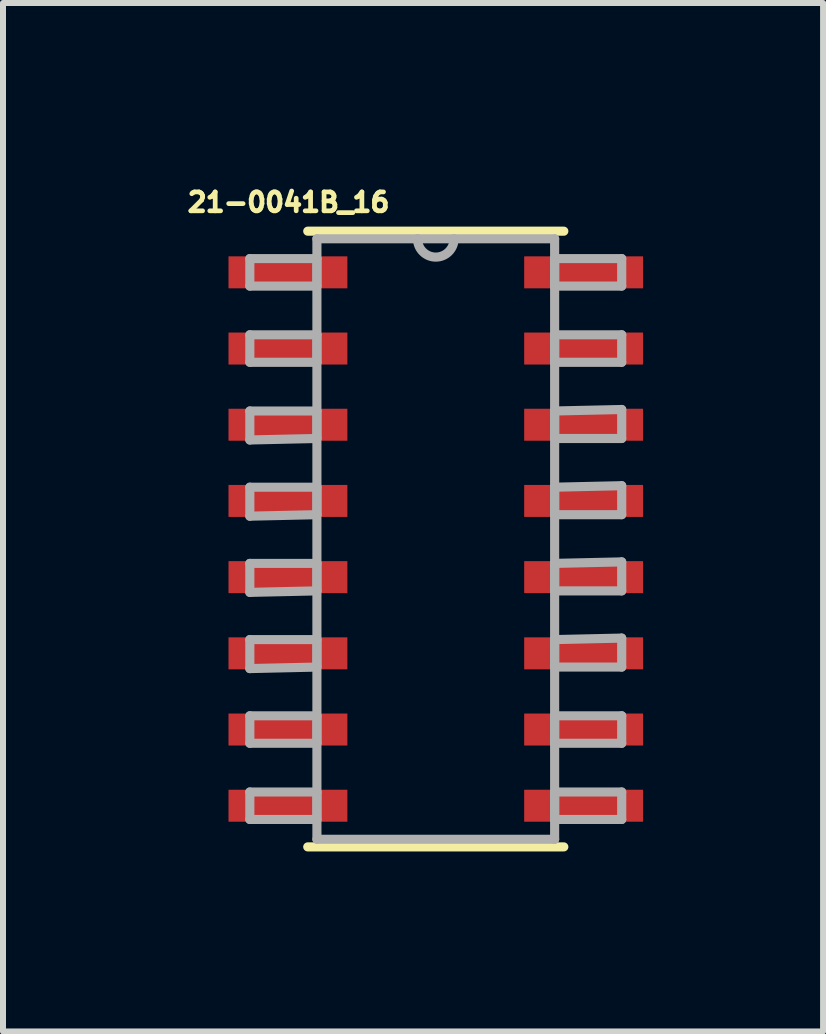
<source format=kicad_pcb>
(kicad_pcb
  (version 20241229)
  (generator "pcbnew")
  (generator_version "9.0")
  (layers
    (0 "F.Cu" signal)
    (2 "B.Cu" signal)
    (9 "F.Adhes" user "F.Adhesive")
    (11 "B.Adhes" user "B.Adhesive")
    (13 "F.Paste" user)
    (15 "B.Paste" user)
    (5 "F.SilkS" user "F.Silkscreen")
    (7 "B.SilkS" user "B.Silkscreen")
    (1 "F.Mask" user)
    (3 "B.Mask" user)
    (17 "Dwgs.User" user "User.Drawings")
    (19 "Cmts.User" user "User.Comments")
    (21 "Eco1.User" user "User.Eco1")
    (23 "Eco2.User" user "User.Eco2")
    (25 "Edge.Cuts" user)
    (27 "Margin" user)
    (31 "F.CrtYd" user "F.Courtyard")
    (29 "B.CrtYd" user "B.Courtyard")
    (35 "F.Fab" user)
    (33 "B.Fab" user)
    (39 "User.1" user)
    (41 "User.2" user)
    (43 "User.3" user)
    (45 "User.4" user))
  (footprint "21-0041B_16"
    (layer "F.Cu")
    (at 4.213 5.934)
    (property "Reference" "21-0041B_16" (at -2.454 -5.612 0) (layer "F.SilkS") (effects (font (size 0.315 0.315) (thickness 0.15))))
    (attr through_hole)
    (fp_line (start -2.134 5.131) (end 2.134 5.131) (stroke (width 0.152) (type solid)) (layer "F.SilkS"))
    (fp_line (start 2.134 -5.131) (end -2.134 -5.131) (stroke (width 0.152) (type solid)) (layer "F.SilkS"))
    (fp_line (start -3.099 -4.674) (end -3.099 -4.216) (stroke (width 0.152) (type solid)) (layer "F.Fab"))
    (fp_line (start -3.099 -4.216) (end -1.981 -4.216) (stroke (width 0.152) (type solid)) (layer "F.Fab"))
    (fp_line (start -3.099 -3.404) (end -3.099 -2.946) (stroke (width 0.152) (type solid)) (layer "F.Fab"))
    (fp_line (start -3.099 -2.946) (end -1.981 -2.946) (stroke (width 0.152) (type solid)) (layer "F.Fab"))
    (fp_line (start -3.099 -2.134) (end -3.099 -1.651) (stroke (width 0.152) (type solid)) (layer "F.Fab"))
    (fp_line (start -3.099 -1.651) (end -1.981 -1.676) (stroke (width 0.152) (type solid)) (layer "F.Fab"))
    (fp_line (start -3.099 -0.864) (end -3.099 -0.381) (stroke (width 0.152) (type solid)) (layer "F.Fab"))
    (fp_line (start -3.099 -0.381) (end -1.981 -0.406) (stroke (width 0.152) (type solid)) (layer "F.Fab"))
    (fp_line (start -3.099 0.406) (end -3.099 0.889) (stroke (width 0.152) (type solid)) (layer "F.Fab"))
    (fp_line (start -3.099 0.889) (end -1.981 0.864) (stroke (width 0.152) (type solid)) (layer "F.Fab"))
    (fp_line (start -3.099 1.676) (end -3.099 2.159) (stroke (width 0.152) (type solid)) (layer "F.Fab"))
    (fp_line (start -3.099 2.159) (end -1.981 2.134) (stroke (width 0.152) (type solid)) (layer "F.Fab"))
    (fp_line (start -3.099 2.946) (end -3.099 3.404) (stroke (width 0.152) (type solid)) (layer "F.Fab"))
    (fp_line (start -3.099 3.404) (end -1.981 3.404) (stroke (width 0.152) (type solid)) (layer "F.Fab"))
    (fp_line (start -3.099 4.216) (end -3.099 4.674) (stroke (width 0.152) (type solid)) (layer "F.Fab"))
    (fp_line (start -3.099 4.674) (end -1.981 4.674) (stroke (width 0.152) (type solid)) (layer "F.Fab"))
    (fp_line (start -1.981 -5.004) (end -1.981 5.004) (stroke (width 0.152) (type solid)) (layer "F.Fab"))
    (fp_line (start -1.981 -4.674) (end -3.099 -4.674) (stroke (width 0.152) (type solid)) (layer "F.Fab"))
    (fp_line (start -1.981 -4.216) (end -1.981 -4.674) (stroke (width 0.152) (type solid)) (layer "F.Fab"))
    (fp_line (start -1.981 -3.404) (end -3.099 -3.404) (stroke (width 0.152) (type solid)) (layer "F.Fab"))
    (fp_line (start -1.981 -2.946) (end -1.981 -3.404) (stroke (width 0.152) (type solid)) (layer "F.Fab"))
    (fp_line (start -1.981 -2.134) (end -3.099 -2.134) (stroke (width 0.152) (type solid)) (layer "F.Fab"))
    (fp_line (start -1.981 -1.676) (end -1.981 -2.134) (stroke (width 0.152) (type solid)) (layer "F.Fab"))
    (fp_line (start -1.981 -0.864) (end -3.099 -0.864) (stroke (width 0.152) (type solid)) (layer "F.Fab"))
    (fp_line (start -1.981 -0.406) (end -1.981 -0.864) (stroke (width 0.152) (type solid)) (layer "F.Fab"))
    (fp_line (start -1.981 0.406) (end -3.099 0.406) (stroke (width 0.152) (type solid)) (layer "F.Fab"))
    (fp_line (start -1.981 0.864) (end -1.981 0.406) (stroke (width 0.152) (type solid)) (layer "F.Fab"))
    (fp_line (start -1.981 1.676) (end -3.099 1.676) (stroke (width 0.152) (type solid)) (layer "F.Fab"))
    (fp_line (start -1.981 2.134) (end -1.981 1.676) (stroke (width 0.152) (type solid)) (layer "F.Fab"))
    (fp_line (start -1.981 2.946) (end -3.099 2.946) (stroke (width 0.152) (type solid)) (layer "F.Fab"))
    (fp_line (start -1.981 3.404) (end -1.981 2.946) (stroke (width 0.152) (type solid)) (layer "F.Fab"))
    (fp_line (start -1.981 4.216) (end -3.099 4.216) (stroke (width 0.152) (type solid)) (layer "F.Fab"))
    (fp_line (start -1.981 4.674) (end -1.981 4.216) (stroke (width 0.152) (type solid)) (layer "F.Fab"))
    (fp_line (start -1.981 5.004) (end 1.981 5.004) (stroke (width 0.152) (type solid)) (layer "F.Fab"))
    (fp_line (start -0.305 -5.004) (end -1.981 -5.004) (stroke (width 0.152) (type solid)) (layer "F.Fab"))
    (fp_line (start 0.305 -5.004) (end -0.305 -5.004) (stroke (width 0.152) (type solid)) (layer "F.Fab"))
    (fp_line (start 1.981 -5.004) (end 0.305 -5.004) (stroke (width 0.152) (type solid)) (layer "F.Fab"))
    (fp_line (start 1.981 -4.674) (end 1.981 -4.216) (stroke (width 0.152) (type solid)) (layer "F.Fab"))
    (fp_line (start 1.981 -4.216) (end 3.099 -4.216) (stroke (width 0.152) (type solid)) (layer "F.Fab"))
    (fp_line (start 1.981 -3.404) (end 1.981 -2.946) (stroke (width 0.152) (type solid)) (layer "F.Fab"))
    (fp_line (start 1.981 -2.946) (end 3.099 -2.946) (stroke (width 0.152) (type solid)) (layer "F.Fab"))
    (fp_line (start 1.981 -2.134) (end 1.981 -1.676) (stroke (width 0.152) (type solid)) (layer "F.Fab"))
    (fp_line (start 1.981 -1.676) (end 3.099 -1.676) (stroke (width 0.152) (type solid)) (layer "F.Fab"))
    (fp_line (start 1.981 -0.864) (end 1.981 -0.406) (stroke (width 0.152) (type solid)) (layer "F.Fab"))
    (fp_line (start 1.981 -0.406) (end 3.099 -0.406) (stroke (width 0.152) (type solid)) (layer "F.Fab"))
    (fp_line (start 1.981 0.406) (end 1.981 0.864) (stroke (width 0.152) (type solid)) (layer "F.Fab"))
    (fp_line (start 1.981 0.864) (end 3.099 0.864) (stroke (width 0.152) (type solid)) (layer "F.Fab"))
    (fp_line (start 1.981 1.676) (end 1.981 2.134) (stroke (width 0.152) (type solid)) (layer "F.Fab"))
    (fp_line (start 1.981 2.134) (end 3.099 2.134) (stroke (width 0.152) (type solid)) (layer "F.Fab"))
    (fp_line (start 1.981 2.946) (end 1.981 3.404) (stroke (width 0.152) (type solid)) (layer "F.Fab"))
    (fp_line (start 1.981 3.404) (end 3.099 3.404) (stroke (width 0.152) (type solid)) (layer "F.Fab"))
    (fp_line (start 1.981 4.216) (end 1.981 4.674) (stroke (width 0.152) (type solid)) (layer "F.Fab"))
    (fp_line (start 1.981 4.674) (end 3.099 4.674) (stroke (width 0.152) (type solid)) (layer "F.Fab"))
    (fp_line (start 1.981 5.004) (end 1.981 -5.004) (stroke (width 0.152) (type solid)) (layer "F.Fab"))
    (fp_line (start 3.099 -4.674) (end 1.981 -4.674) (stroke (width 0.152) (type solid)) (layer "F.Fab"))
    (fp_line (start 3.099 -4.216) (end 3.099 -4.674) (stroke (width 0.152) (type solid)) (layer "F.Fab"))
    (fp_line (start 3.099 -3.404) (end 1.981 -3.404) (stroke (width 0.152) (type solid)) (layer "F.Fab"))
    (fp_line (start 3.099 -2.946) (end 3.099 -3.404) (stroke (width 0.152) (type solid)) (layer "F.Fab"))
    (fp_line (start 3.099 -2.159) (end 1.981 -2.134) (stroke (width 0.152) (type solid)) (layer "F.Fab"))
    (fp_line (start 3.099 -1.676) (end 3.099 -2.159) (stroke (width 0.152) (type solid)) (layer "F.Fab"))
    (fp_line (start 3.099 -0.889) (end 1.981 -0.864) (stroke (width 0.152) (type solid)) (layer "F.Fab"))
    (fp_line (start 3.099 -0.406) (end 3.099 -0.889) (stroke (width 0.152) (type solid)) (layer "F.Fab"))
    (fp_line (start 3.099 0.381) (end 1.981 0.406) (stroke (width 0.152) (type solid)) (layer "F.Fab"))
    (fp_line (start 3.099 0.864) (end 3.099 0.381) (stroke (width 0.152) (type solid)) (layer "F.Fab"))
    (fp_line (start 3.099 1.651) (end 1.981 1.676) (stroke (width 0.152) (type solid)) (layer "F.Fab"))
    (fp_line (start 3.099 2.134) (end 3.099 1.651) (stroke (width 0.152) (type solid)) (layer "F.Fab"))
    (fp_line (start 3.099 2.946) (end 1.981 2.946) (stroke (width 0.152) (type solid)) (layer "F.Fab"))
    (fp_line (start 3.099 3.404) (end 3.099 2.946) (stroke (width 0.152) (type solid)) (layer "F.Fab"))
    (fp_line (start 3.099 4.216) (end 1.981 4.216) (stroke (width 0.152) (type solid)) (layer "F.Fab"))
    (fp_line (start 3.099 4.674) (end 3.099 4.216) (stroke (width 0.152) (type solid)) (layer "F.Fab"))
    (fp_arc (start 0.3048 -5.0038) (mid 0 -4.699) (end -0.3048 -5.0038) (stroke (width 0.1524) (type solid)) (layer "F.Fab"))
    (pad "1" smd rect (at -2.464 -4.445) (size 1.981 0.533) (layers "F.Cu" "F.Mask" "F.Paste"))
    (pad "2" smd rect (at -2.464 -3.175) (size 1.981 0.533) (layers "F.Cu" "F.Mask" "F.Paste"))
    (pad "3" smd rect (at -2.464 -1.905) (size 1.981 0.533) (layers "F.Cu" "F.Mask" "F.Paste"))
    (pad "4" smd rect (at -2.464 -0.635) (size 1.981 0.533) (layers "F.Cu" "F.Mask" "F.Paste"))
    (pad "5" smd rect (at -2.464 0.635) (size 1.981 0.533) (layers "F.Cu" "F.Mask" "F.Paste"))
    (pad "6" smd rect (at -2.464 1.905) (size 1.981 0.533) (layers "F.Cu" "F.Mask" "F.Paste"))
    (pad "7" smd rect (at -2.464 3.175) (size 1.981 0.533) (layers "F.Cu" "F.Mask" "F.Paste"))
    (pad "8" smd rect (at -2.464 4.445) (size 1.981 0.533) (layers "F.Cu" "F.Mask" "F.Paste"))
    (pad "9" smd rect (at 2.464 4.445) (size 1.981 0.533) (layers "F.Cu" "F.Mask" "F.Paste"))
    (pad "10" smd rect (at 2.464 3.175) (size 1.981 0.533) (layers "F.Cu" "F.Mask" "F.Paste"))
    (pad "11" smd rect (at 2.464 1.905) (size 1.981 0.533) (layers "F.Cu" "F.Mask" "F.Paste"))
    (pad "12" smd rect (at 2.464 0.635) (size 1.981 0.533) (layers "F.Cu" "F.Mask" "F.Paste"))
    (pad "13" smd rect (at 2.464 -0.635) (size 1.981 0.533) (layers "F.Cu" "F.Mask" "F.Paste"))
    (pad "14" smd rect (at 2.464 -1.905) (size 1.981 0.533) (layers "F.Cu" "F.Mask" "F.Paste"))
    (pad "15" smd rect (at 2.464 -3.175) (size 1.981 0.533) (layers "F.Cu" "F.Mask" "F.Paste"))
    (pad "16" smd rect (at 2.464 -4.445) (size 1.981 0.533) (layers "F.Cu" "F.Mask" "F.Paste")))
  (gr_rect
    (start -3 -3)
    (end 10.668 14.141)
    (stroke (width 0.1) (type default))
    (fill no)
    (layer "Edge.Cuts")))
</source>
